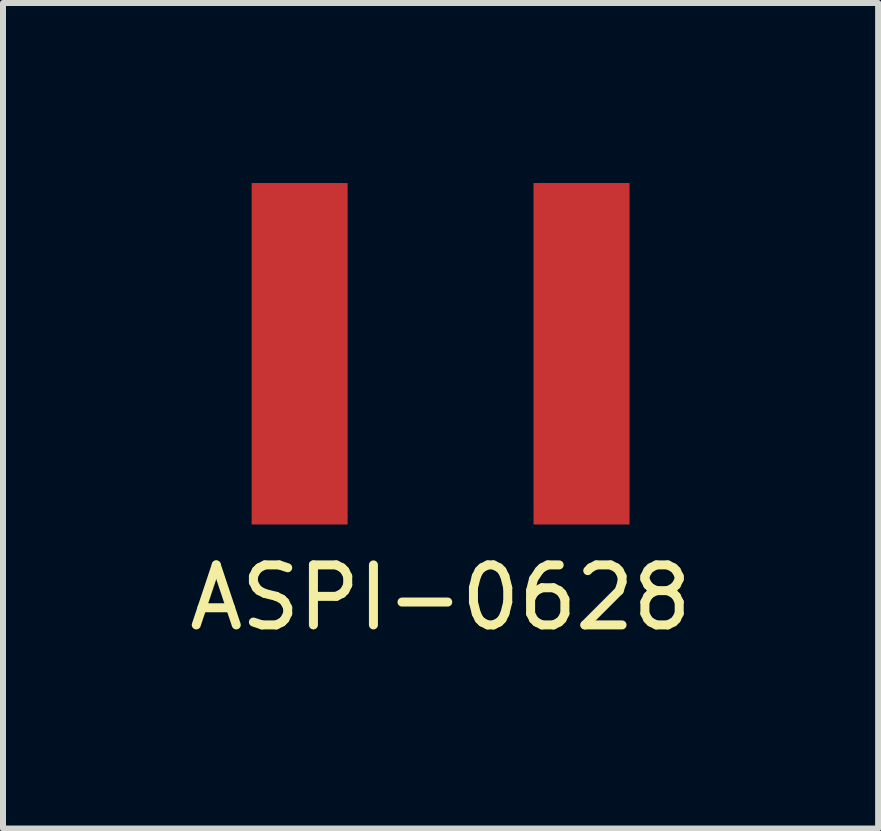
<source format=kicad_pcb>
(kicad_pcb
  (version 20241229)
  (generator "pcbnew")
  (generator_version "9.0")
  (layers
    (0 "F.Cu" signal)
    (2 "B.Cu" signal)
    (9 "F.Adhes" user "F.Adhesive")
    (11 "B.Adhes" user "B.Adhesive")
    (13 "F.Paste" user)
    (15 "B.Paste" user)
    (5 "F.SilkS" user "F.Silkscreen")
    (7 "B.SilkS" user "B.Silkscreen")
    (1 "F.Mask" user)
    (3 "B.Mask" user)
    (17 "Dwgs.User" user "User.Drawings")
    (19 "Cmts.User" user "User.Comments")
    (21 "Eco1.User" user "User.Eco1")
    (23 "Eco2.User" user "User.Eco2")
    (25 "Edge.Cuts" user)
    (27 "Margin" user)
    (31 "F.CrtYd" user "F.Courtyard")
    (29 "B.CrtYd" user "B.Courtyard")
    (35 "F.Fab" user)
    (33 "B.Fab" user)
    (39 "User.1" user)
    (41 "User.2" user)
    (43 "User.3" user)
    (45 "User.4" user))
  (footprint "ASPI-0628"
    (layer "F.Cu")
    (at 4.292 2.845)
    (property "Reference" "ASPI-0628" (at 0 4.064 0) (layer "F.SilkS") (effects (font (size 1 1) (thickness 0.15))))
    (attr through_hole)
    (pad "1" smd rect (at -2.349 0) (size 1.6 5.69) (layers "F.Cu" "F.Mask" "F.Paste"))
    (pad "2" smd rect (at 2.349 0) (size 1.6 5.69) (layers "F.Cu" "F.Mask" "F.Paste")))
  (gr_rect
    (start -3 -3)
    (end 11.583 10.757)
    (stroke (width 0.1) (type default))
    (fill no)
    (layer "Edge.Cuts")))
</source>
